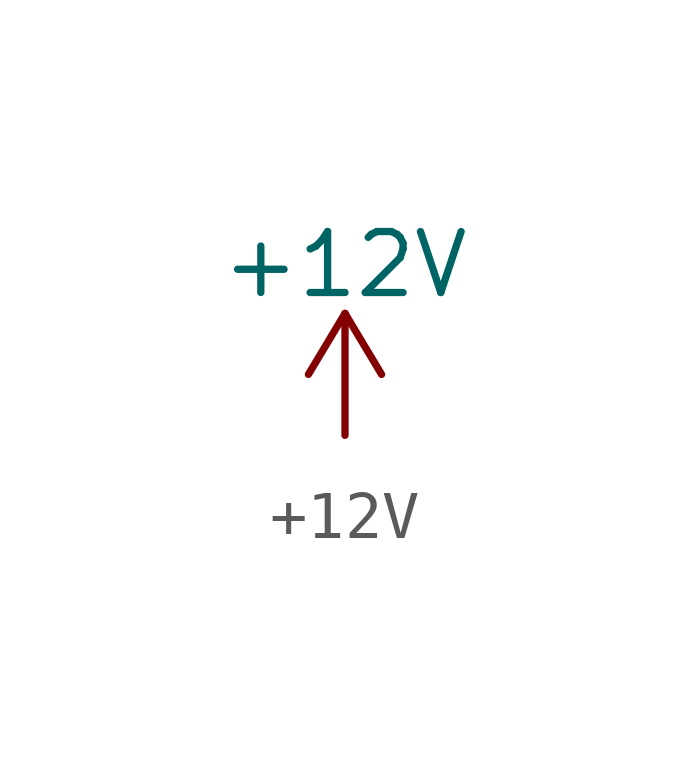
<source format=kicad_sym>
(kicad_symbol_lib
  (version 20231120)
  (generator "kicad_symbol_editor")
  (generator_version "8.0")
  (symbol "+12V"
    (power)
    (pin_numbers hide)
    (pin_names
      (offset 0) hide)
    (property "Reference" "#PWR"
      (at 0 -3.81 0)
      (effects (font (size 1.27 1.27)) (hide yes)))
    (property "Value" "+12V"
      (at 0 3.556 0)
      (effects (font (size 1.27 1.27))))
    (symbol "+12V_0_1"
      (polyline (pts (xy -0.762 1.27) (xy 0 2.54)) (stroke (width 0) (type default)) (fill (type none)))
      (polyline (pts (xy 0 0) (xy 0 2.54)) (stroke (width 0) (type default)) (fill (type none)))
      (polyline (pts (xy 0 2.54) (xy 0.762 1.27)) (stroke (width 0) (type default)) (fill (type none))))
    (symbol "+12V_1_1"
      (pin power_in line (at 0 0 90) (length 0) hide (name "+12V" (effects (font (size 1.27 1.27)))) (number "1" (effects (font (size 1.27 1.27))))))))
</source>
